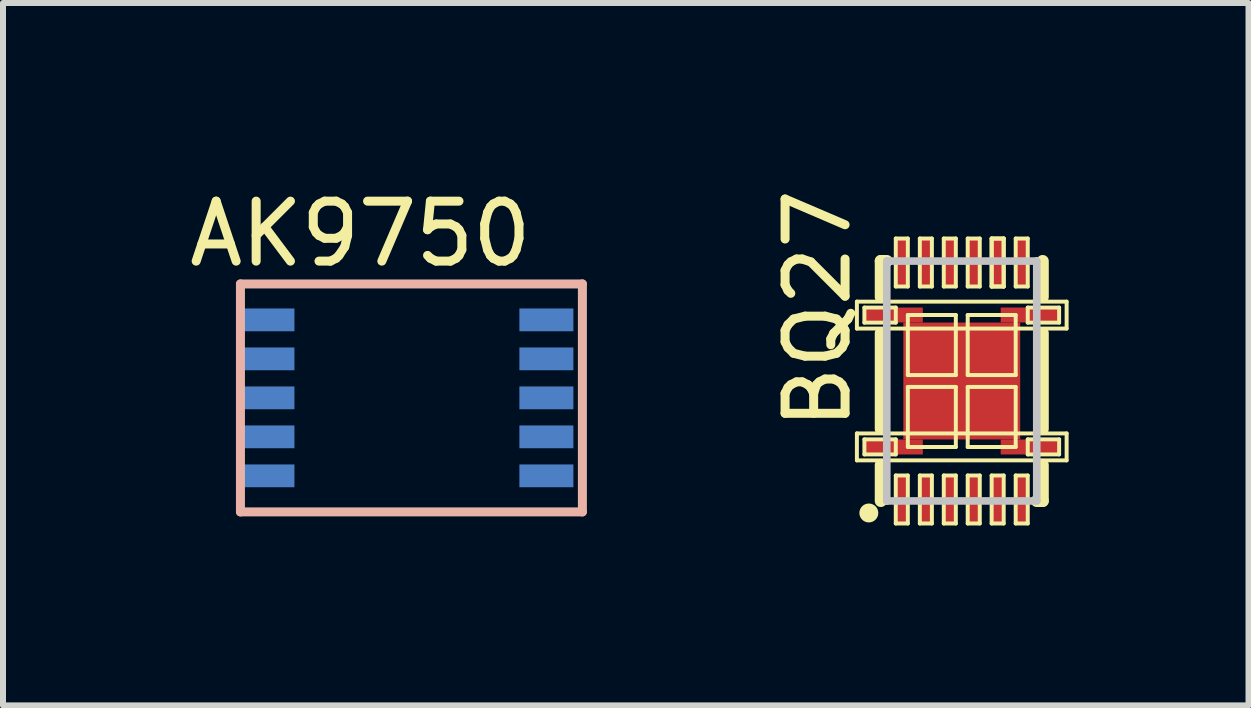
<source format=kicad_pcb>
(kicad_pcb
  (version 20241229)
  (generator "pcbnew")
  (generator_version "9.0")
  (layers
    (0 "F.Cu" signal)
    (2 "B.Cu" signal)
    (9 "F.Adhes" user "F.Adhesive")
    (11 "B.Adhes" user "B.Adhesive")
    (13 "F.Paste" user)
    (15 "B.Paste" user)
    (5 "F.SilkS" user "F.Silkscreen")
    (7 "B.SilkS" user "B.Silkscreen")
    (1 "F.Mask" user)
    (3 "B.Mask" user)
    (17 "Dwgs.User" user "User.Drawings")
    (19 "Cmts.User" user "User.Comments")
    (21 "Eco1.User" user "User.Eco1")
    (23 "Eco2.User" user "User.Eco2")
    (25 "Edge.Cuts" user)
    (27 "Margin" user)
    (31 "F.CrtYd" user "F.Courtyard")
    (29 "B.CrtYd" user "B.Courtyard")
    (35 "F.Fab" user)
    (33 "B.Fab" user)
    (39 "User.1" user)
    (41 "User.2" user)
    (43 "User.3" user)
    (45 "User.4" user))
  (footprint "BQ27"
    (layer "F.Cu")
    (at 12.982 3.301)
    (property "Reference" "BQ27" (at -2.4 -1.2 90) (layer "F.SilkS") (effects (font (size 1 1) (thickness 0.15))))
    (attr smd)
    (fp_line (start -1.748 -1.323) (end 1.748 -1.323) (stroke (width 0.066) (type solid)) (layer "F.SilkS"))
    (fp_line (start -1.748 -0.874) (end -1.748 -1.323) (stroke (width 0.066) (type solid)) (layer "F.SilkS"))
    (fp_line (start -1.748 -0.874) (end 1.748 -0.874) (stroke (width 0.066) (type solid)) (layer "F.SilkS"))
    (fp_line (start -1.748 0.874) (end 1.748 0.874) (stroke (width 0.066) (type solid)) (layer "F.SilkS"))
    (fp_line (start -1.748 1.323) (end -1.748 0.874) (stroke (width 0.066) (type solid)) (layer "F.SilkS"))
    (fp_line (start -1.748 1.323) (end 1.748 1.323) (stroke (width 0.066) (type solid)) (layer "F.SilkS"))
    (fp_line (start -1.623 -1.224) (end -1.1 -1.224) (stroke (width 0.066) (type solid)) (layer "F.SilkS"))
    (fp_line (start -1.623 -0.973) (end -1.623 -1.224) (stroke (width 0.066) (type solid)) (layer "F.SilkS"))
    (fp_line (start -1.623 -0.973) (end -1.1 -0.973) (stroke (width 0.066) (type solid)) (layer "F.SilkS"))
    (fp_line (start -1.623 0.973) (end -1.1 0.973) (stroke (width 0.066) (type solid)) (layer "F.SilkS"))
    (fp_line (start -1.623 1.224) (end -1.623 0.973) (stroke (width 0.066) (type solid)) (layer "F.SilkS"))
    (fp_line (start -1.623 1.224) (end -1.1 1.224) (stroke (width 0.066) (type solid)) (layer "F.SilkS"))
    (fp_line (start -1.349 -1.999) (end -1.349 -1.4) (stroke (width 0.203) (type solid)) (layer "F.SilkS"))
    (fp_line (start -1.349 -1.999) (end -1.25 -1.999) (stroke (width 0.203) (type solid)) (layer "F.SilkS"))
    (fp_line (start -1.349 -0.798) (end -1.349 0.798) (stroke (width 0.203) (type solid)) (layer "F.SilkS"))
    (fp_line (start -1.349 1.999) (end -1.349 1.4) (stroke (width 0.203) (type solid)) (layer "F.SilkS"))
    (fp_line (start -1.349 1.999) (end -1.25 1.999) (stroke (width 0.127) (type solid)) (layer "F.SilkS"))
    (fp_line (start -1.1 -2.375) (end -0.899 -2.375) (stroke (width 0.066) (type solid)) (layer "F.SilkS"))
    (fp_line (start -1.1 -1.575) (end -1.1 -2.375) (stroke (width 0.066) (type solid)) (layer "F.SilkS"))
    (fp_line (start -1.1 -1.575) (end -0.899 -1.575) (stroke (width 0.066) (type solid)) (layer "F.SilkS"))
    (fp_line (start -1.1 -0.973) (end -1.1 -1.224) (stroke (width 0.066) (type solid)) (layer "F.SilkS"))
    (fp_line (start -1.1 1.224) (end -1.1 0.973) (stroke (width 0.066) (type solid)) (layer "F.SilkS"))
    (fp_line (start -1.1 1.575) (end -0.899 1.575) (stroke (width 0.066) (type solid)) (layer "F.SilkS"))
    (fp_line (start -1.1 2.375) (end -1.1 1.575) (stroke (width 0.066) (type solid)) (layer "F.SilkS"))
    (fp_line (start -1.1 2.375) (end -0.899 2.375) (stroke (width 0.066) (type solid)) (layer "F.SilkS"))
    (fp_line (start -0.899 -1.575) (end -0.899 -2.375) (stroke (width 0.066) (type solid)) (layer "F.SilkS"))
    (fp_line (start -0.899 -1.1) (end -0.099 -1.1) (stroke (width 0.066) (type solid)) (layer "F.SilkS"))
    (fp_line (start -0.899 -0.099) (end -0.899 -1.1) (stroke (width 0.066) (type solid)) (layer "F.SilkS"))
    (fp_line (start -0.899 -0.099) (end -0.099 -0.099) (stroke (width 0.066) (type solid)) (layer "F.SilkS"))
    (fp_line (start -0.899 0.099) (end -0.099 0.099) (stroke (width 0.066) (type solid)) (layer "F.SilkS"))
    (fp_line (start -0.899 1.1) (end -0.899 0.099) (stroke (width 0.066) (type solid)) (layer "F.SilkS"))
    (fp_line (start -0.899 1.1) (end -0.099 1.1) (stroke (width 0.066) (type solid)) (layer "F.SilkS"))
    (fp_line (start -0.899 2.375) (end -0.899 1.575) (stroke (width 0.066) (type solid)) (layer "F.SilkS"))
    (fp_line (start -0.699 -2.375) (end -0.498 -2.375) (stroke (width 0.066) (type solid)) (layer "F.SilkS"))
    (fp_line (start -0.699 -1.575) (end -0.699 -2.375) (stroke (width 0.066) (type solid)) (layer "F.SilkS"))
    (fp_line (start -0.699 -1.575) (end -0.498 -1.575) (stroke (width 0.066) (type solid)) (layer "F.SilkS"))
    (fp_line (start -0.699 1.575) (end -0.498 1.575) (stroke (width 0.066) (type solid)) (layer "F.SilkS"))
    (fp_line (start -0.699 2.375) (end -0.699 1.575) (stroke (width 0.066) (type solid)) (layer "F.SilkS"))
    (fp_line (start -0.699 2.375) (end -0.498 2.375) (stroke (width 0.066) (type solid)) (layer "F.SilkS"))
    (fp_line (start -0.498 -1.575) (end -0.498 -2.375) (stroke (width 0.066) (type solid)) (layer "F.SilkS"))
    (fp_line (start -0.498 2.375) (end -0.498 1.575) (stroke (width 0.066) (type solid)) (layer "F.SilkS"))
    (fp_line (start -0.3 -2.375) (end -0.099 -2.375) (stroke (width 0.066) (type solid)) (layer "F.SilkS"))
    (fp_line (start -0.3 -1.575) (end -0.3 -2.375) (stroke (width 0.066) (type solid)) (layer "F.SilkS"))
    (fp_line (start -0.3 -1.575) (end -0.099 -1.575) (stroke (width 0.066) (type solid)) (layer "F.SilkS"))
    (fp_line (start -0.3 1.575) (end -0.099 1.575) (stroke (width 0.066) (type solid)) (layer "F.SilkS"))
    (fp_line (start -0.3 2.375) (end -0.3 1.575) (stroke (width 0.066) (type solid)) (layer "F.SilkS"))
    (fp_line (start -0.3 2.375) (end -0.099 2.375) (stroke (width 0.066) (type solid)) (layer "F.SilkS"))
    (fp_line (start -0.099 -1.575) (end -0.099 -2.375) (stroke (width 0.066) (type solid)) (layer "F.SilkS"))
    (fp_line (start -0.099 -0.099) (end -0.099 -1.1) (stroke (width 0.066) (type solid)) (layer "F.SilkS"))
    (fp_line (start -0.099 1.1) (end -0.099 0.099) (stroke (width 0.066) (type solid)) (layer "F.SilkS"))
    (fp_line (start -0.099 2.375) (end -0.099 1.575) (stroke (width 0.066) (type solid)) (layer "F.SilkS"))
    (fp_line (start 0.099 -2.375) (end 0.3 -2.375) (stroke (width 0.066) (type solid)) (layer "F.SilkS"))
    (fp_line (start 0.099 -1.575) (end 0.099 -2.375) (stroke (width 0.066) (type solid)) (layer "F.SilkS"))
    (fp_line (start 0.099 -1.575) (end 0.3 -1.575) (stroke (width 0.066) (type solid)) (layer "F.SilkS"))
    (fp_line (start 0.099 -1.1) (end 0.899 -1.1) (stroke (width 0.066) (type solid)) (layer "F.SilkS"))
    (fp_line (start 0.099 -0.099) (end 0.099 -1.1) (stroke (width 0.066) (type solid)) (layer "F.SilkS"))
    (fp_line (start 0.099 -0.099) (end 0.899 -0.099) (stroke (width 0.066) (type solid)) (layer "F.SilkS"))
    (fp_line (start 0.099 0.099) (end 0.899 0.099) (stroke (width 0.066) (type solid)) (layer "F.SilkS"))
    (fp_line (start 0.099 1.1) (end 0.099 0.099) (stroke (width 0.066) (type solid)) (layer "F.SilkS"))
    (fp_line (start 0.099 1.1) (end 0.899 1.1) (stroke (width 0.066) (type solid)) (layer "F.SilkS"))
    (fp_line (start 0.099 1.575) (end 0.3 1.575) (stroke (width 0.066) (type solid)) (layer "F.SilkS"))
    (fp_line (start 0.099 2.375) (end 0.099 1.575) (stroke (width 0.066) (type solid)) (layer "F.SilkS"))
    (fp_line (start 0.099 2.375) (end 0.3 2.375) (stroke (width 0.066) (type solid)) (layer "F.SilkS"))
    (fp_line (start 0.3 -1.575) (end 0.3 -2.375) (stroke (width 0.066) (type solid)) (layer "F.SilkS"))
    (fp_line (start 0.3 2.375) (end 0.3 1.575) (stroke (width 0.066) (type solid)) (layer "F.SilkS"))
    (fp_line (start 0.498 -2.375) (end 0.699 -2.375) (stroke (width 0.066) (type solid)) (layer "F.SilkS"))
    (fp_line (start 0.498 -2.375) (end 0.699 -2.375) (stroke (width 0.066) (type solid)) (layer "F.SilkS"))
    (fp_line (start 0.498 -1.575) (end 0.498 -2.375) (stroke (width 0.066) (type solid)) (layer "F.SilkS"))
    (fp_line (start 0.498 -1.575) (end 0.498 -2.375) (stroke (width 0.066) (type solid)) (layer "F.SilkS"))
    (fp_line (start 0.498 -1.575) (end 0.699 -1.575) (stroke (width 0.066) (type solid)) (layer "F.SilkS"))
    (fp_line (start 0.498 -1.575) (end 0.699 -1.575) (stroke (width 0.066) (type solid)) (layer "F.SilkS"))
    (fp_line (start 0.498 1.575) (end 0.699 1.575) (stroke (width 0.066) (type solid)) (layer "F.SilkS"))
    (fp_line (start 0.498 2.375) (end 0.498 1.575) (stroke (width 0.066) (type solid)) (layer "F.SilkS"))
    (fp_line (start 0.498 2.375) (end 0.699 2.375) (stroke (width 0.066) (type solid)) (layer "F.SilkS"))
    (fp_line (start 0.699 -1.575) (end 0.699 -2.375) (stroke (width 0.066) (type solid)) (layer "F.SilkS"))
    (fp_line (start 0.699 -1.575) (end 0.699 -2.375) (stroke (width 0.066) (type solid)) (layer "F.SilkS"))
    (fp_line (start 0.699 2.375) (end 0.699 1.575) (stroke (width 0.066) (type solid)) (layer "F.SilkS"))
    (fp_line (start 0.899 -2.375) (end 1.1 -2.375) (stroke (width 0.066) (type solid)) (layer "F.SilkS"))
    (fp_line (start 0.899 -1.575) (end 0.899 -2.375) (stroke (width 0.066) (type solid)) (layer "F.SilkS"))
    (fp_line (start 0.899 -1.575) (end 1.1 -1.575) (stroke (width 0.066) (type solid)) (layer "F.SilkS"))
    (fp_line (start 0.899 -0.099) (end 0.899 -1.1) (stroke (width 0.066) (type solid)) (layer "F.SilkS"))
    (fp_line (start 0.899 1.1) (end 0.899 0.099) (stroke (width 0.066) (type solid)) (layer "F.SilkS"))
    (fp_line (start 0.899 1.575) (end 1.1 1.575) (stroke (width 0.066) (type solid)) (layer "F.SilkS"))
    (fp_line (start 0.899 2.375) (end 0.899 1.575) (stroke (width 0.066) (type solid)) (layer "F.SilkS"))
    (fp_line (start 0.899 2.375) (end 1.1 2.375) (stroke (width 0.066) (type solid)) (layer "F.SilkS"))
    (fp_line (start 1.1 -1.575) (end 1.1 -2.375) (stroke (width 0.066) (type solid)) (layer "F.SilkS"))
    (fp_line (start 1.1 -1.224) (end 1.623 -1.224) (stroke (width 0.066) (type solid)) (layer "F.SilkS"))
    (fp_line (start 1.1 -0.973) (end 1.1 -1.224) (stroke (width 0.066) (type solid)) (layer "F.SilkS"))
    (fp_line (start 1.1 -0.973) (end 1.623 -0.973) (stroke (width 0.066) (type solid)) (layer "F.SilkS"))
    (fp_line (start 1.1 0.973) (end 1.623 0.973) (stroke (width 0.066) (type solid)) (layer "F.SilkS"))
    (fp_line (start 1.1 1.224) (end 1.1 0.973) (stroke (width 0.066) (type solid)) (layer "F.SilkS"))
    (fp_line (start 1.1 1.224) (end 1.623 1.224) (stroke (width 0.066) (type solid)) (layer "F.SilkS"))
    (fp_line (start 1.1 2.375) (end 1.1 1.575) (stroke (width 0.066) (type solid)) (layer "F.SilkS"))
    (fp_line (start 1.349 -1.999) (end 1.25 -1.999) (stroke (width 0.127) (type solid)) (layer "F.SilkS"))
    (fp_line (start 1.349 -1.999) (end 1.349 -1.4) (stroke (width 0.203) (type solid)) (layer "F.SilkS"))
    (fp_line (start 1.349 0.798) (end 1.349 -0.798) (stroke (width 0.203) (type solid)) (layer "F.SilkS"))
    (fp_line (start 1.349 1.999) (end 1.25 1.999) (stroke (width 0.203) (type solid)) (layer "F.SilkS"))
    (fp_line (start 1.349 1.999) (end 1.349 1.4) (stroke (width 0.203) (type solid)) (layer "F.SilkS"))
    (fp_line (start 1.623 -0.973) (end 1.623 -1.224) (stroke (width 0.066) (type solid)) (layer "F.SilkS"))
    (fp_line (start 1.623 1.224) (end 1.623 0.973) (stroke (width 0.066) (type solid)) (layer "F.SilkS"))
    (fp_line (start 1.748 -0.874) (end 1.748 -1.323) (stroke (width 0.066) (type solid)) (layer "F.SilkS"))
    (fp_line (start 1.748 1.323) (end 1.748 0.874) (stroke (width 0.066) (type solid)) (layer "F.SilkS"))
    (fp_circle (center -1.549 2.2) (end -1.661 2.311) (stroke (width 0) (type solid)) (fill yes) (layer "F.SilkS"))
    (fp_line (start -1.25 -1.999) (end -1.25 1.999) (stroke (width 0.127) (type solid)) (layer "Dwgs.User"))
    (fp_line (start -1.25 1.999) (end 1.25 1.999) (stroke (width 0.127) (type solid)) (layer "Dwgs.User"))
    (fp_line (start 1.25 -1.999) (end -1.25 -1.999) (stroke (width 0.127) (type solid)) (layer "Dwgs.User"))
    (fp_line (start 1.25 1.999) (end 1.25 -1.999) (stroke (width 0.127) (type solid)) (layer "Dwgs.User"))
    (pad "1" smd rect (at -0.998 1.974) (size 0.198 0.848) (layers "F.Cu" "F.Mask" "F.Paste"))
    (pad "2" smd rect (at -0.599 1.974) (size 0.198 0.848) (layers "F.Cu" "F.Mask" "F.Paste"))
    (pad "3" smd rect (at -0.198 1.974) (size 0.198 0.848) (layers "F.Cu" "F.Mask" "F.Paste"))
    (pad "4" smd rect (at 0.198 1.974) (size 0.198 0.848) (layers "F.Cu" "F.Mask" "F.Paste"))
    (pad "5" smd rect (at 0.599 1.974) (size 0.198 0.848) (layers "F.Cu" "F.Mask" "F.Paste"))
    (pad "6" smd rect (at 0.998 1.974) (size 0.198 0.848) (layers "F.Cu" "F.Mask" "F.Paste"))
    (pad "7" smd rect (at 0.998 -1.974 180) (size 0.198 0.848) (layers "F.Cu" "F.Mask" "F.Paste"))
    (pad "8" smd rect (at 0.599 -1.974 180) (size 0.198 0.848) (layers "F.Cu" "F.Mask" "F.Paste"))
    (pad "9" smd rect (at 0.198 -1.974 180) (size 0.198 0.848) (layers "F.Cu" "F.Mask" "F.Paste"))
    (pad "10" smd rect (at -0.198 -1.974 180) (size 0.198 0.848) (layers "F.Cu" "F.Mask" "F.Paste"))
    (pad "11" smd rect (at -0.599 -1.974 180) (size 0.198 0.848) (layers "F.Cu" "F.Mask" "F.Paste"))
    (pad "12" smd rect (at -0.998 -1.974 180) (size 0.198 0.848) (layers "F.Cu" "F.Mask" "F.Paste"))
    (pad "EP" smd rect (at 0 0) (size 1.948 1.948) (layers "F.Cu" "F.Mask" "F.Paste"))
    (pad "EP1" smd rect (at -1.148 -1.1) (size 0.998 0.249) (layers "F.Cu" "F.Mask" "F.Paste"))
    (pad "EP2" smd rect (at -1.148 1.1) (size 0.998 0.249) (layers "F.Cu" "F.Mask" "F.Paste"))
    (pad "EP3" smd rect (at 1.148 1.1 180) (size 0.998 0.249) (layers "F.Cu" "F.Mask" "F.Paste"))
    (pad "EP4" smd rect (at 1.148 -1.1 180) (size 0.998 0.249) (layers "F.Cu" "F.Mask" "F.Paste")))
  (footprint "AK9750"
    (layer "F.Cu")
    (at 3.708 2.848)
    (property "Reference" "AK9750" (at -0.75 -2 0) (layer "F.SilkS") (effects (font (size 1 1) (thickness 0.15))))
    (attr through_hole)
    (fp_line (start -2.75 -1.165) (end 2.95 -1.165) (stroke (width 0.15) (type solid)) (layer "B.SilkS"))
    (fp_line (start -2.75 0.735) (end -2.75 -1.165) (stroke (width 0.15) (type solid)) (layer "B.SilkS"))
    (fp_line (start -2.75 2.635) (end -2.75 0.735) (stroke (width 0.15) (type solid)) (layer "B.SilkS"))
    (fp_line (start 2.95 -1.165) (end 2.95 2.635) (stroke (width 0.15) (type solid)) (layer "B.SilkS"))
    (fp_line (start 2.95 2.635) (end -2.75 2.635) (stroke (width 0.15) (type solid)) (layer "B.SilkS"))
    (fp_line (start -1 -1) (end 1 -1) (stroke (width 0.15) (type solid)) (layer "Eco1.User"))
    (fp_line (start -1 1) (end -1 -1) (stroke (width 0.15) (type solid)) (layer "Eco1.User"))
    (fp_line (start 1 -1) (end 1 1) (stroke (width 0.15) (type solid)) (layer "Eco1.User"))
    (fp_line (start 1 1) (end -1 1) (stroke (width 0.15) (type solid)) (layer "Eco1.User"))
    (pad "1" smd rect (at -2.3 -0.566) (size 0.9 0.38) (layers "B.Cu" "B.Mask" "B.Paste"))
    (pad "2" smd rect (at -2.3 0.084) (size 0.9 0.38) (layers "B.Cu" "B.Mask" "B.Paste"))
    (pad "3" smd rect (at -2.3 0.734) (size 0.9 0.38) (layers "B.Cu" "B.Mask" "B.Paste"))
    (pad "4" smd rect (at -2.3 1.384) (size 0.9 0.38) (layers "B.Cu" "B.Mask" "B.Paste"))
    (pad "5" smd rect (at -2.3 2.034) (size 0.9 0.38) (layers "B.Cu" "B.Mask" "B.Paste"))
    (pad "6" smd rect (at 2.35 2.034) (size 0.9 0.38) (layers "B.Cu" "B.Mask" "B.Paste"))
    (pad "7" smd rect (at 2.35 1.384) (size 0.9 0.38) (layers "B.Cu" "B.Mask" "B.Paste"))
    (pad "8" smd rect (at 2.35 0.734) (size 0.9 0.38) (layers "B.Cu" "B.Mask" "B.Paste"))
    (pad "9" smd rect (at 2.35 0.084) (size 0.9 0.38) (layers "B.Cu" "B.Mask" "B.Paste"))
    (pad "10" smd rect (at 2.35 -0.566) (size 0.9 0.38) (layers "B.Cu" "B.Mask" "B.Paste")))
  (gr_rect
    (start -3 -3)
    (end 17.762 8.709)
    (stroke (width 0.1) (type default))
    (fill no)
    (layer "Edge.Cuts")))
</source>
